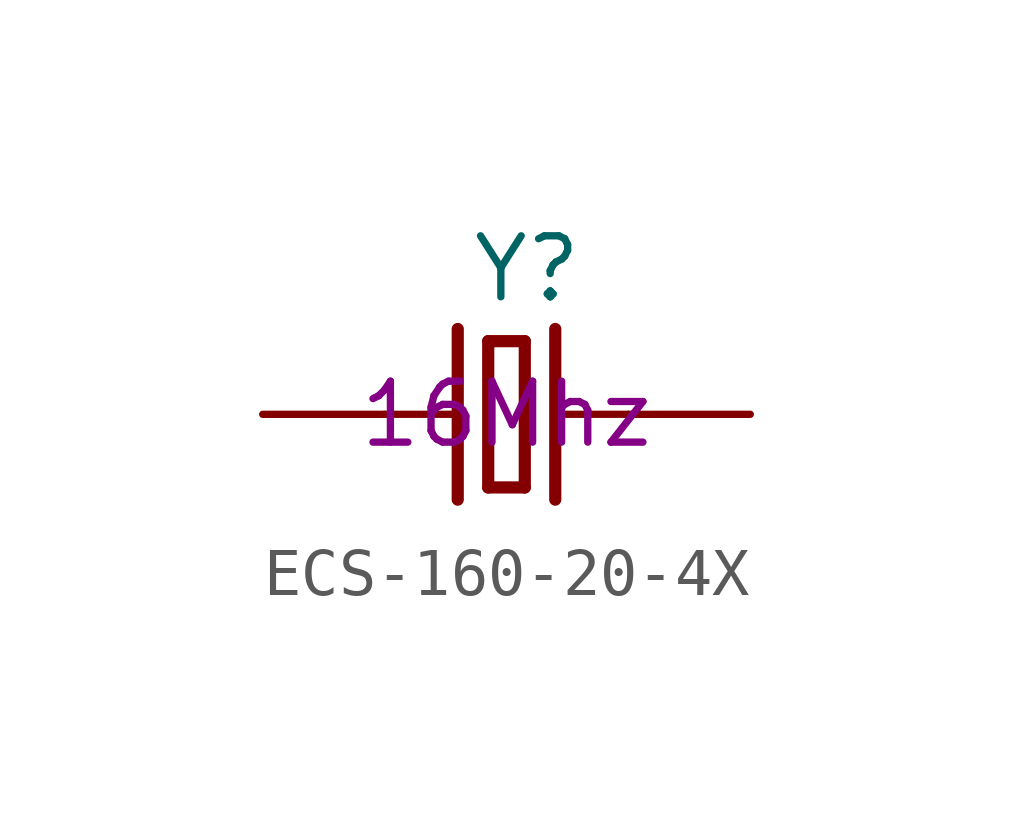
<source format=kicad_sym>
(kicad_symbol_lib
  (version 20220914)
  (generator kicad_symbol_editor)
  (symbol "ECS-160-20-4X"
    (pin_numbers hide)
    (pin_names
      (offset 1.016) hide)
    (property "Reference" "Y"
      (at -0.762 2.286 0)
      (effects (font (size 1.27 1.27)) (justify left bottom)))
    (property "Waarde" "16Mhz"
      (at 0 0 0)
      (effects (font (size 1.27 1.27))))
    (symbol "ECS-160-20-4X_0_0"
      (polyline (pts (xy -2.54 0) (xy -1.016 0)) (stroke (width 0.152) (type solid)) (fill (type none)))
      (polyline (pts (xy -1.016 1.778) (xy -1.016 -1.778)) (stroke (width 0.254) (type solid)) (fill (type none)))
      (polyline (pts (xy -0.381 -1.524) (xy 0.381 -1.524)) (stroke (width 0.254) (type solid)) (fill (type none)))
      (polyline (pts (xy -0.381 1.524) (xy -0.381 -1.524)) (stroke (width 0.254) (type solid)) (fill (type none)))
      (polyline (pts (xy 0.381 -1.524) (xy 0.381 1.524)) (stroke (width 0.254) (type solid)) (fill (type none)))
      (polyline (pts (xy 0.381 1.524) (xy -0.381 1.524)) (stroke (width 0.254) (type solid)) (fill (type none)))
      (polyline (pts (xy 1.016 0) (xy 2.54 0)) (stroke (width 0.152) (type solid)) (fill (type none)))
      (polyline (pts (xy 1.016 1.778) (xy 1.016 -1.778)) (stroke (width 0.254) (type solid)) (fill (type none)))
      (pin passive line (at -5.08 0 0) (length 2.54) (name "1" (effects (font (size 1.016 1.016)))) (number "1" (effects (font (size 1.016 1.016)))))
      (pin passive line (at 5.08 0 180) (length 2.54) (name "2" (effects (font (size 1.016 1.016)))) (number "2" (effects (font (size 1.016 1.016))))))))
</source>
